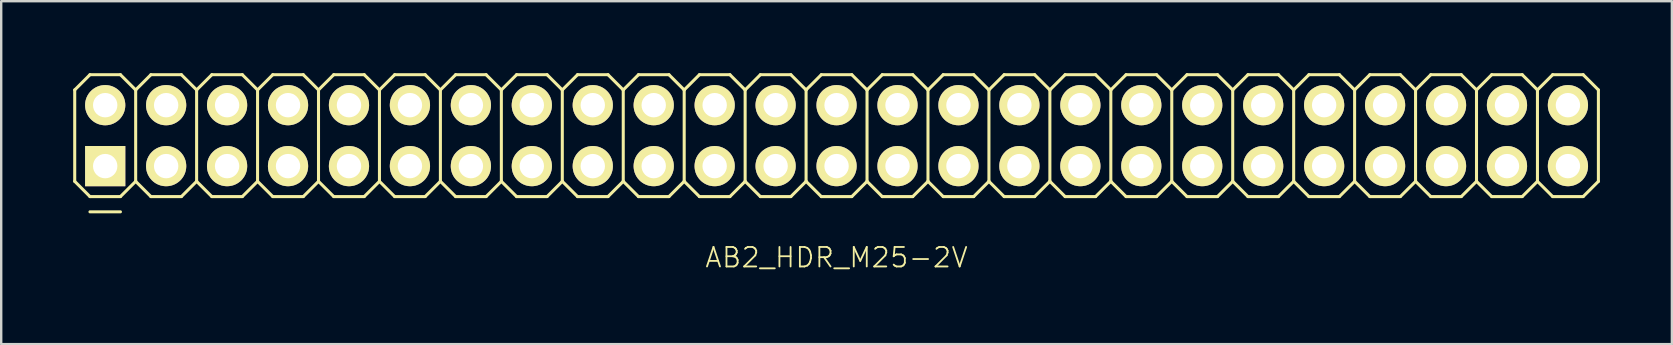
<source format=kicad_pcb>
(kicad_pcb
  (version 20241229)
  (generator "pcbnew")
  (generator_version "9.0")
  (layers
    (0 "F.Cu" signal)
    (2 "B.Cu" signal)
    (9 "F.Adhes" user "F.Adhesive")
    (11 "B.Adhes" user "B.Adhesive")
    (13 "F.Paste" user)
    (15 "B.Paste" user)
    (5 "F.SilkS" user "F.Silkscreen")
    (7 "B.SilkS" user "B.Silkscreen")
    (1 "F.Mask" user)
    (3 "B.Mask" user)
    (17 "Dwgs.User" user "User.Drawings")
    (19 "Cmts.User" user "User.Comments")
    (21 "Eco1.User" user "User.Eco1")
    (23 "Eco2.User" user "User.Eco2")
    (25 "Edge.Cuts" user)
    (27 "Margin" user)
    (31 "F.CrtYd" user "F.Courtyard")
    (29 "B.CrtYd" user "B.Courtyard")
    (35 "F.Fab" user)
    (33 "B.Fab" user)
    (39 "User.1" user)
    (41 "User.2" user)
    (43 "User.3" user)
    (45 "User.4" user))
  (footprint "AB2_HDR_M25-2V"
    (layer "F.Cu")
    (at 31.814 2.603)
    (property "Reference" "AB2_HDR_M25-2V" (at 0 5.08 0) (layer "F.SilkS") (effects (font (size 0.813 0.813) (thickness 0.076))))
    (attr through_hole)
    (fp_line (start -31.75 -1.905) (end -31.115 -2.54) (stroke (width 0.127) (type solid)) (layer "F.SilkS"))
    (fp_line (start -31.75 1.905) (end -31.75 -1.905) (stroke (width 0.127) (type solid)) (layer "F.SilkS"))
    (fp_line (start -31.115 -2.54) (end -29.845 -2.54) (stroke (width 0.127) (type solid)) (layer "F.SilkS"))
    (fp_line (start -31.115 2.54) (end -31.75 1.905) (stroke (width 0.127) (type solid)) (layer "F.SilkS"))
    (fp_line (start -31.115 3.175) (end -29.845 3.175) (stroke (width 0.127) (type solid)) (layer "F.SilkS"))
    (fp_line (start -29.845 -2.54) (end -29.21 -1.905) (stroke (width 0.127) (type solid)) (layer "F.SilkS"))
    (fp_line (start -29.845 2.54) (end -31.115 2.54) (stroke (width 0.127) (type solid)) (layer "F.SilkS"))
    (fp_line (start -29.21 -1.905) (end -29.21 1.905) (stroke (width 0.127) (type solid)) (layer "F.SilkS"))
    (fp_line (start -29.21 -1.905) (end -28.575 -2.54) (stroke (width 0.127) (type solid)) (layer "F.SilkS"))
    (fp_line (start -29.21 1.905) (end -29.845 2.54) (stroke (width 0.127) (type solid)) (layer "F.SilkS"))
    (fp_line (start -28.575 -2.54) (end -27.305 -2.54) (stroke (width 0.127) (type solid)) (layer "F.SilkS"))
    (fp_line (start -28.575 2.54) (end -29.21 1.905) (stroke (width 0.127) (type solid)) (layer "F.SilkS"))
    (fp_line (start -27.305 -2.54) (end -26.67 -1.905) (stroke (width 0.127) (type solid)) (layer "F.SilkS"))
    (fp_line (start -27.305 2.54) (end -28.575 2.54) (stroke (width 0.127) (type solid)) (layer "F.SilkS"))
    (fp_line (start -26.67 -1.905) (end -26.67 1.905) (stroke (width 0.127) (type solid)) (layer "F.SilkS"))
    (fp_line (start -26.67 -1.905) (end -26.035 -2.54) (stroke (width 0.127) (type solid)) (layer "F.SilkS"))
    (fp_line (start -26.67 1.905) (end -27.305 2.54) (stroke (width 0.127) (type solid)) (layer "F.SilkS"))
    (fp_line (start -26.035 -2.54) (end -24.765 -2.54) (stroke (width 0.127) (type solid)) (layer "F.SilkS"))
    (fp_line (start -26.035 2.54) (end -26.67 1.905) (stroke (width 0.127) (type solid)) (layer "F.SilkS"))
    (fp_line (start -24.765 -2.54) (end -24.13 -1.905) (stroke (width 0.127) (type solid)) (layer "F.SilkS"))
    (fp_line (start -24.765 2.54) (end -26.035 2.54) (stroke (width 0.127) (type solid)) (layer "F.SilkS"))
    (fp_line (start -24.13 -1.905) (end -24.13 1.905) (stroke (width 0.127) (type solid)) (layer "F.SilkS"))
    (fp_line (start -24.13 -1.905) (end -23.495 -2.54) (stroke (width 0.127) (type solid)) (layer "F.SilkS"))
    (fp_line (start -24.13 1.905) (end -24.765 2.54) (stroke (width 0.127) (type solid)) (layer "F.SilkS"))
    (fp_line (start -23.495 -2.54) (end -22.225 -2.54) (stroke (width 0.127) (type solid)) (layer "F.SilkS"))
    (fp_line (start -23.495 2.54) (end -24.13 1.905) (stroke (width 0.127) (type solid)) (layer "F.SilkS"))
    (fp_line (start -22.225 -2.54) (end -21.59 -1.905) (stroke (width 0.127) (type solid)) (layer "F.SilkS"))
    (fp_line (start -22.225 2.54) (end -23.495 2.54) (stroke (width 0.127) (type solid)) (layer "F.SilkS"))
    (fp_line (start -21.59 -1.905) (end -21.59 1.905) (stroke (width 0.127) (type solid)) (layer "F.SilkS"))
    (fp_line (start -21.59 -1.905) (end -20.955 -2.54) (stroke (width 0.127) (type solid)) (layer "F.SilkS"))
    (fp_line (start -21.59 1.905) (end -22.225 2.54) (stroke (width 0.127) (type solid)) (layer "F.SilkS"))
    (fp_line (start -20.955 -2.54) (end -19.685 -2.54) (stroke (width 0.127) (type solid)) (layer "F.SilkS"))
    (fp_line (start -20.955 2.54) (end -21.59 1.905) (stroke (width 0.127) (type solid)) (layer "F.SilkS"))
    (fp_line (start -19.685 -2.54) (end -19.05 -1.905) (stroke (width 0.127) (type solid)) (layer "F.SilkS"))
    (fp_line (start -19.685 2.54) (end -20.955 2.54) (stroke (width 0.127) (type solid)) (layer "F.SilkS"))
    (fp_line (start -19.05 -1.905) (end -19.05 1.905) (stroke (width 0.127) (type solid)) (layer "F.SilkS"))
    (fp_line (start -19.05 -1.905) (end -18.415 -2.54) (stroke (width 0.127) (type solid)) (layer "F.SilkS"))
    (fp_line (start -19.05 1.905) (end -19.685 2.54) (stroke (width 0.127) (type solid)) (layer "F.SilkS"))
    (fp_line (start -18.415 -2.54) (end -17.145 -2.54) (stroke (width 0.127) (type solid)) (layer "F.SilkS"))
    (fp_line (start -18.415 2.54) (end -19.05 1.905) (stroke (width 0.127) (type solid)) (layer "F.SilkS"))
    (fp_line (start -17.145 -2.54) (end -16.51 -1.905) (stroke (width 0.127) (type solid)) (layer "F.SilkS"))
    (fp_line (start -17.145 2.54) (end -18.415 2.54) (stroke (width 0.127) (type solid)) (layer "F.SilkS"))
    (fp_line (start -16.51 -1.905) (end -16.51 1.905) (stroke (width 0.127) (type solid)) (layer "F.SilkS"))
    (fp_line (start -16.51 -1.905) (end -15.875 -2.54) (stroke (width 0.127) (type solid)) (layer "F.SilkS"))
    (fp_line (start -16.51 1.905) (end -17.145 2.54) (stroke (width 0.127) (type solid)) (layer "F.SilkS"))
    (fp_line (start -15.875 -2.54) (end -14.605 -2.54) (stroke (width 0.127) (type solid)) (layer "F.SilkS"))
    (fp_line (start -15.875 2.54) (end -16.51 1.905) (stroke (width 0.127) (type solid)) (layer "F.SilkS"))
    (fp_line (start -14.605 -2.54) (end -13.97 -1.905) (stroke (width 0.127) (type solid)) (layer "F.SilkS"))
    (fp_line (start -14.605 2.54) (end -15.875 2.54) (stroke (width 0.127) (type solid)) (layer "F.SilkS"))
    (fp_line (start -13.97 -1.905) (end -13.97 1.905) (stroke (width 0.127) (type solid)) (layer "F.SilkS"))
    (fp_line (start -13.97 -1.905) (end -13.335 -2.54) (stroke (width 0.127) (type solid)) (layer "F.SilkS"))
    (fp_line (start -13.97 1.905) (end -14.605 2.54) (stroke (width 0.127) (type solid)) (layer "F.SilkS"))
    (fp_line (start -13.335 -2.54) (end -12.065 -2.54) (stroke (width 0.127) (type solid)) (layer "F.SilkS"))
    (fp_line (start -13.335 2.54) (end -13.97 1.905) (stroke (width 0.127) (type solid)) (layer "F.SilkS"))
    (fp_line (start -12.065 -2.54) (end -11.43 -1.905) (stroke (width 0.127) (type solid)) (layer "F.SilkS"))
    (fp_line (start -12.065 2.54) (end -13.335 2.54) (stroke (width 0.127) (type solid)) (layer "F.SilkS"))
    (fp_line (start -11.43 -1.905) (end -11.43 1.905) (stroke (width 0.127) (type solid)) (layer "F.SilkS"))
    (fp_line (start -11.43 -1.905) (end -10.795 -2.54) (stroke (width 0.127) (type solid)) (layer "F.SilkS"))
    (fp_line (start -11.43 1.905) (end -12.065 2.54) (stroke (width 0.127) (type solid)) (layer "F.SilkS"))
    (fp_line (start -10.795 -2.54) (end -9.525 -2.54) (stroke (width 0.127) (type solid)) (layer "F.SilkS"))
    (fp_line (start -10.795 2.54) (end -11.43 1.905) (stroke (width 0.127) (type solid)) (layer "F.SilkS"))
    (fp_line (start -9.525 -2.54) (end -8.89 -1.905) (stroke (width 0.127) (type solid)) (layer "F.SilkS"))
    (fp_line (start -9.525 2.54) (end -10.795 2.54) (stroke (width 0.127) (type solid)) (layer "F.SilkS"))
    (fp_line (start -8.89 -1.905) (end -8.89 1.905) (stroke (width 0.127) (type solid)) (layer "F.SilkS"))
    (fp_line (start -8.89 -1.905) (end -8.255 -2.54) (stroke (width 0.127) (type solid)) (layer "F.SilkS"))
    (fp_line (start -8.89 1.905) (end -9.525 2.54) (stroke (width 0.127) (type solid)) (layer "F.SilkS"))
    (fp_line (start -8.255 -2.54) (end -6.985 -2.54) (stroke (width 0.127) (type solid)) (layer "F.SilkS"))
    (fp_line (start -8.255 2.54) (end -8.89 1.905) (stroke (width 0.127) (type solid)) (layer "F.SilkS"))
    (fp_line (start -6.985 -2.54) (end -6.35 -1.905) (stroke (width 0.127) (type solid)) (layer "F.SilkS"))
    (fp_line (start -6.985 2.54) (end -8.255 2.54) (stroke (width 0.127) (type solid)) (layer "F.SilkS"))
    (fp_line (start -6.35 -1.905) (end -6.35 1.905) (stroke (width 0.127) (type solid)) (layer "F.SilkS"))
    (fp_line (start -6.35 -1.905) (end -5.715 -2.54) (stroke (width 0.127) (type solid)) (layer "F.SilkS"))
    (fp_line (start -6.35 1.905) (end -6.985 2.54) (stroke (width 0.127) (type solid)) (layer "F.SilkS"))
    (fp_line (start -5.715 -2.54) (end -4.445 -2.54) (stroke (width 0.127) (type solid)) (layer "F.SilkS"))
    (fp_line (start -5.715 2.54) (end -6.35 1.905) (stroke (width 0.127) (type solid)) (layer "F.SilkS"))
    (fp_line (start -4.445 -2.54) (end -3.81 -1.905) (stroke (width 0.127) (type solid)) (layer "F.SilkS"))
    (fp_line (start -4.445 2.54) (end -5.715 2.54) (stroke (width 0.127) (type solid)) (layer "F.SilkS"))
    (fp_line (start -3.81 -1.905) (end -3.81 1.905) (stroke (width 0.127) (type solid)) (layer "F.SilkS"))
    (fp_line (start -3.81 -1.905) (end -3.175 -2.54) (stroke (width 0.127) (type solid)) (layer "F.SilkS"))
    (fp_line (start -3.81 1.905) (end -4.445 2.54) (stroke (width 0.127) (type solid)) (layer "F.SilkS"))
    (fp_line (start -3.175 -2.54) (end -1.905 -2.54) (stroke (width 0.127) (type solid)) (layer "F.SilkS"))
    (fp_line (start -3.175 2.54) (end -3.81 1.905) (stroke (width 0.127) (type solid)) (layer "F.SilkS"))
    (fp_line (start -1.905 -2.54) (end -1.27 -1.905) (stroke (width 0.127) (type solid)) (layer "F.SilkS"))
    (fp_line (start -1.905 2.54) (end -3.175 2.54) (stroke (width 0.127) (type solid)) (layer "F.SilkS"))
    (fp_line (start -1.27 -1.905) (end -1.27 1.905) (stroke (width 0.127) (type solid)) (layer "F.SilkS"))
    (fp_line (start -1.27 -1.905) (end -0.635 -2.54) (stroke (width 0.127) (type solid)) (layer "F.SilkS"))
    (fp_line (start -1.27 1.905) (end -1.905 2.54) (stroke (width 0.127) (type solid)) (layer "F.SilkS"))
    (fp_line (start -0.635 -2.54) (end 0.635 -2.54) (stroke (width 0.127) (type solid)) (layer "F.SilkS"))
    (fp_line (start -0.635 2.54) (end -1.27 1.905) (stroke (width 0.127) (type solid)) (layer "F.SilkS"))
    (fp_line (start 0.635 -2.54) (end 1.27 -1.905) (stroke (width 0.127) (type solid)) (layer "F.SilkS"))
    (fp_line (start 0.635 2.54) (end -0.635 2.54) (stroke (width 0.127) (type solid)) (layer "F.SilkS"))
    (fp_line (start 1.27 -1.905) (end 1.27 1.905) (stroke (width 0.127) (type solid)) (layer "F.SilkS"))
    (fp_line (start 1.27 -1.905) (end 1.905 -2.54) (stroke (width 0.127) (type solid)) (layer "F.SilkS"))
    (fp_line (start 1.27 1.905) (end 0.635 2.54) (stroke (width 0.127) (type solid)) (layer "F.SilkS"))
    (fp_line (start 1.905 -2.54) (end 3.175 -2.54) (stroke (width 0.127) (type solid)) (layer "F.SilkS"))
    (fp_line (start 1.905 2.54) (end 1.27 1.905) (stroke (width 0.127) (type solid)) (layer "F.SilkS"))
    (fp_line (start 3.175 -2.54) (end 3.81 -1.905) (stroke (width 0.127) (type solid)) (layer "F.SilkS"))
    (fp_line (start 3.175 2.54) (end 1.905 2.54) (stroke (width 0.127) (type solid)) (layer "F.SilkS"))
    (fp_line (start 3.81 -1.905) (end 3.81 1.905) (stroke (width 0.127) (type solid)) (layer "F.SilkS"))
    (fp_line (start 3.81 -1.905) (end 4.445 -2.54) (stroke (width 0.127) (type solid)) (layer "F.SilkS"))
    (fp_line (start 3.81 1.905) (end 3.175 2.54) (stroke (width 0.127) (type solid)) (layer "F.SilkS"))
    (fp_line (start 4.445 -2.54) (end 5.715 -2.54) (stroke (width 0.127) (type solid)) (layer "F.SilkS"))
    (fp_line (start 4.445 2.54) (end 3.81 1.905) (stroke (width 0.127) (type solid)) (layer "F.SilkS"))
    (fp_line (start 5.715 -2.54) (end 6.35 -1.905) (stroke (width 0.127) (type solid)) (layer "F.SilkS"))
    (fp_line (start 5.715 2.54) (end 4.445 2.54) (stroke (width 0.127) (type solid)) (layer "F.SilkS"))
    (fp_line (start 6.35 -1.905) (end 6.35 1.905) (stroke (width 0.127) (type solid)) (layer "F.SilkS"))
    (fp_line (start 6.35 -1.905) (end 6.985 -2.54) (stroke (width 0.127) (type solid)) (layer "F.SilkS"))
    (fp_line (start 6.35 1.905) (end 5.715 2.54) (stroke (width 0.127) (type solid)) (layer "F.SilkS"))
    (fp_line (start 6.985 -2.54) (end 8.255 -2.54) (stroke (width 0.127) (type solid)) (layer "F.SilkS"))
    (fp_line (start 6.985 2.54) (end 6.35 1.905) (stroke (width 0.127) (type solid)) (layer "F.SilkS"))
    (fp_line (start 8.255 -2.54) (end 8.89 -1.905) (stroke (width 0.127) (type solid)) (layer "F.SilkS"))
    (fp_line (start 8.255 2.54) (end 6.985 2.54) (stroke (width 0.127) (type solid)) (layer "F.SilkS"))
    (fp_line (start 8.89 -1.905) (end 8.89 1.905) (stroke (width 0.127) (type solid)) (layer "F.SilkS"))
    (fp_line (start 8.89 -1.905) (end 9.525 -2.54) (stroke (width 0.127) (type solid)) (layer "F.SilkS"))
    (fp_line (start 8.89 1.905) (end 8.255 2.54) (stroke (width 0.127) (type solid)) (layer "F.SilkS"))
    (fp_line (start 9.525 -2.54) (end 10.795 -2.54) (stroke (width 0.127) (type solid)) (layer "F.SilkS"))
    (fp_line (start 9.525 2.54) (end 8.89 1.905) (stroke (width 0.127) (type solid)) (layer "F.SilkS"))
    (fp_line (start 10.795 -2.54) (end 11.43 -1.905) (stroke (width 0.127) (type solid)) (layer "F.SilkS"))
    (fp_line (start 10.795 2.54) (end 9.525 2.54) (stroke (width 0.127) (type solid)) (layer "F.SilkS"))
    (fp_line (start 11.43 -1.905) (end 11.43 1.905) (stroke (width 0.127) (type solid)) (layer "F.SilkS"))
    (fp_line (start 11.43 -1.905) (end 12.065 -2.54) (stroke (width 0.127) (type solid)) (layer "F.SilkS"))
    (fp_line (start 11.43 1.905) (end 10.795 2.54) (stroke (width 0.127) (type solid)) (layer "F.SilkS"))
    (fp_line (start 12.065 -2.54) (end 13.335 -2.54) (stroke (width 0.127) (type solid)) (layer "F.SilkS"))
    (fp_line (start 12.065 2.54) (end 11.43 1.905) (stroke (width 0.127) (type solid)) (layer "F.SilkS"))
    (fp_line (start 13.335 -2.54) (end 13.97 -1.905) (stroke (width 0.127) (type solid)) (layer "F.SilkS"))
    (fp_line (start 13.335 2.54) (end 12.065 2.54) (stroke (width 0.127) (type solid)) (layer "F.SilkS"))
    (fp_line (start 13.97 -1.905) (end 13.97 1.905) (stroke (width 0.127) (type solid)) (layer "F.SilkS"))
    (fp_line (start 13.97 -1.905) (end 14.605 -2.54) (stroke (width 0.127) (type solid)) (layer "F.SilkS"))
    (fp_line (start 13.97 1.905) (end 13.335 2.54) (stroke (width 0.127) (type solid)) (layer "F.SilkS"))
    (fp_line (start 14.605 -2.54) (end 15.875 -2.54) (stroke (width 0.127) (type solid)) (layer "F.SilkS"))
    (fp_line (start 14.605 2.54) (end 13.97 1.905) (stroke (width 0.127) (type solid)) (layer "F.SilkS"))
    (fp_line (start 15.875 -2.54) (end 16.51 -1.905) (stroke (width 0.127) (type solid)) (layer "F.SilkS"))
    (fp_line (start 15.875 2.54) (end 14.605 2.54) (stroke (width 0.127) (type solid)) (layer "F.SilkS"))
    (fp_line (start 16.51 -1.905) (end 16.51 1.905) (stroke (width 0.127) (type solid)) (layer "F.SilkS"))
    (fp_line (start 16.51 -1.905) (end 17.145 -2.54) (stroke (width 0.127) (type solid)) (layer "F.SilkS"))
    (fp_line (start 16.51 1.905) (end 15.875 2.54) (stroke (width 0.127) (type solid)) (layer "F.SilkS"))
    (fp_line (start 17.145 -2.54) (end 18.415 -2.54) (stroke (width 0.127) (type solid)) (layer "F.SilkS"))
    (fp_line (start 17.145 2.54) (end 16.51 1.905) (stroke (width 0.127) (type solid)) (layer "F.SilkS"))
    (fp_line (start 18.415 -2.54) (end 19.05 -1.905) (stroke (width 0.127) (type solid)) (layer "F.SilkS"))
    (fp_line (start 18.415 2.54) (end 17.145 2.54) (stroke (width 0.127) (type solid)) (layer "F.SilkS"))
    (fp_line (start 19.05 -1.905) (end 19.05 1.905) (stroke (width 0.127) (type solid)) (layer "F.SilkS"))
    (fp_line (start 19.05 -1.905) (end 19.685 -2.54) (stroke (width 0.127) (type solid)) (layer "F.SilkS"))
    (fp_line (start 19.05 1.905) (end 18.415 2.54) (stroke (width 0.127) (type solid)) (layer "F.SilkS"))
    (fp_line (start 19.685 -2.54) (end 20.955 -2.54) (stroke (width 0.127) (type solid)) (layer "F.SilkS"))
    (fp_line (start 19.685 2.54) (end 19.05 1.905) (stroke (width 0.127) (type solid)) (layer "F.SilkS"))
    (fp_line (start 20.955 -2.54) (end 21.59 -1.905) (stroke (width 0.127) (type solid)) (layer "F.SilkS"))
    (fp_line (start 20.955 2.54) (end 19.685 2.54) (stroke (width 0.127) (type solid)) (layer "F.SilkS"))
    (fp_line (start 21.59 -1.905) (end 21.59 1.905) (stroke (width 0.127) (type solid)) (layer "F.SilkS"))
    (fp_line (start 21.59 -1.905) (end 22.225 -2.54) (stroke (width 0.127) (type solid)) (layer "F.SilkS"))
    (fp_line (start 21.59 1.905) (end 20.955 2.54) (stroke (width 0.127) (type solid)) (layer "F.SilkS"))
    (fp_line (start 22.225 -2.54) (end 23.495 -2.54) (stroke (width 0.127) (type solid)) (layer "F.SilkS"))
    (fp_line (start 22.225 2.54) (end 21.59 1.905) (stroke (width 0.127) (type solid)) (layer "F.SilkS"))
    (fp_line (start 23.495 -2.54) (end 24.13 -1.905) (stroke (width 0.127) (type solid)) (layer "F.SilkS"))
    (fp_line (start 23.495 2.54) (end 22.225 2.54) (stroke (width 0.127) (type solid)) (layer "F.SilkS"))
    (fp_line (start 24.13 -1.905) (end 24.13 1.905) (stroke (width 0.127) (type solid)) (layer "F.SilkS"))
    (fp_line (start 24.13 -1.905) (end 24.765 -2.54) (stroke (width 0.127) (type solid)) (layer "F.SilkS"))
    (fp_line (start 24.13 1.905) (end 23.495 2.54) (stroke (width 0.127) (type solid)) (layer "F.SilkS"))
    (fp_line (start 24.765 -2.54) (end 26.035 -2.54) (stroke (width 0.127) (type solid)) (layer "F.SilkS"))
    (fp_line (start 24.765 2.54) (end 24.13 1.905) (stroke (width 0.127) (type solid)) (layer "F.SilkS"))
    (fp_line (start 26.035 -2.54) (end 26.67 -1.905) (stroke (width 0.127) (type solid)) (layer "F.SilkS"))
    (fp_line (start 26.035 2.54) (end 24.765 2.54) (stroke (width 0.127) (type solid)) (layer "F.SilkS"))
    (fp_line (start 26.67 -1.905) (end 26.67 1.905) (stroke (width 0.127) (type solid)) (layer "F.SilkS"))
    (fp_line (start 26.67 -1.905) (end 27.305 -2.54) (stroke (width 0.127) (type solid)) (layer "F.SilkS"))
    (fp_line (start 26.67 1.905) (end 26.035 2.54) (stroke (width 0.127) (type solid)) (layer "F.SilkS"))
    (fp_line (start 27.305 -2.54) (end 28.575 -2.54) (stroke (width 0.127) (type solid)) (layer "F.SilkS"))
    (fp_line (start 27.305 2.54) (end 26.67 1.905) (stroke (width 0.127) (type solid)) (layer "F.SilkS"))
    (fp_line (start 28.575 -2.54) (end 29.21 -1.905) (stroke (width 0.127) (type solid)) (layer "F.SilkS"))
    (fp_line (start 28.575 2.54) (end 27.305 2.54) (stroke (width 0.127) (type solid)) (layer "F.SilkS"))
    (fp_line (start 29.21 -1.905) (end 29.21 1.905) (stroke (width 0.127) (type solid)) (layer "F.SilkS"))
    (fp_line (start 29.21 -1.905) (end 29.845 -2.54) (stroke (width 0.127) (type solid)) (layer "F.SilkS"))
    (fp_line (start 29.21 1.905) (end 28.575 2.54) (stroke (width 0.127) (type solid)) (layer "F.SilkS"))
    (fp_line (start 29.845 -2.54) (end 31.115 -2.54) (stroke (width 0.127) (type solid)) (layer "F.SilkS"))
    (fp_line (start 29.845 2.54) (end 29.21 1.905) (stroke (width 0.127) (type solid)) (layer "F.SilkS"))
    (fp_line (start 31.115 -2.54) (end 31.75 -1.905) (stroke (width 0.127) (type solid)) (layer "F.SilkS"))
    (fp_line (start 31.115 2.54) (end 29.845 2.54) (stroke (width 0.127) (type solid)) (layer "F.SilkS"))
    (fp_line (start 31.75 -1.905) (end 31.75 1.905) (stroke (width 0.127) (type solid)) (layer "F.SilkS"))
    (fp_line (start 31.75 1.905) (end 31.115 2.54) (stroke (width 0.127) (type solid)) (layer "F.SilkS"))
    (pad "1" thru_hole rect (at -30.48 1.27) (size 1.676 1.676) (drill 1.016) (layers "*.Cu" "*.Mask" "F.SilkS"))
    (pad "2" thru_hole circle (at -30.48 -1.27) (size 1.676 1.676) (drill 1.016) (layers "*.Cu" "*.Mask" "F.SilkS"))
    (pad "3" thru_hole circle (at -27.94 1.27) (size 1.676 1.676) (drill 1.016) (layers "*.Cu" "*.Mask" "F.SilkS"))
    (pad "4" thru_hole circle (at -27.94 -1.27) (size 1.676 1.676) (drill 1.016) (layers "*.Cu" "*.Mask" "F.SilkS"))
    (pad "5" thru_hole circle (at -25.4 1.27) (size 1.676 1.676) (drill 1.016) (layers "*.Cu" "*.Mask" "F.SilkS"))
    (pad "6" thru_hole circle (at -25.4 -1.27) (size 1.676 1.676) (drill 1.016) (layers "*.Cu" "*.Mask" "F.SilkS"))
    (pad "7" thru_hole circle (at -22.86 1.27) (size 1.676 1.676) (drill 1.016) (layers "*.Cu" "*.Mask" "F.SilkS"))
    (pad "8" thru_hole circle (at -22.86 -1.27) (size 1.676 1.676) (drill 1.016) (layers "*.Cu" "*.Mask" "F.SilkS"))
    (pad "9" thru_hole circle (at -20.32 1.27) (size 1.676 1.676) (drill 1.016) (layers "*.Cu" "*.Mask" "F.SilkS"))
    (pad "10" thru_hole circle (at -20.32 -1.27) (size 1.676 1.676) (drill 1.016) (layers "*.Cu" "*.Mask" "F.SilkS"))
    (pad "11" thru_hole circle (at -17.78 1.27) (size 1.676 1.676) (drill 1.016) (layers "*.Cu" "*.Mask" "F.SilkS"))
    (pad "12" thru_hole circle (at -17.78 -1.27) (size 1.676 1.676) (drill 1.016) (layers "*.Cu" "*.Mask" "F.SilkS"))
    (pad "13" thru_hole circle (at -15.24 1.27) (size 1.676 1.676) (drill 1.016) (layers "*.Cu" "*.Mask" "F.SilkS"))
    (pad "14" thru_hole circle (at -15.24 -1.27) (size 1.676 1.676) (drill 1.016) (layers "*.Cu" "*.Mask" "F.SilkS"))
    (pad "15" thru_hole circle (at -12.7 1.27) (size 1.676 1.676) (drill 1.016) (layers "*.Cu" "*.Mask" "F.SilkS"))
    (pad "16" thru_hole circle (at -12.7 -1.27) (size 1.676 1.676) (drill 1.016) (layers "*.Cu" "*.Mask" "F.SilkS"))
    (pad "17" thru_hole circle (at -10.16 1.27) (size 1.676 1.676) (drill 1.016) (layers "*.Cu" "*.Mask" "F.SilkS"))
    (pad "18" thru_hole circle (at -10.16 -1.27) (size 1.676 1.676) (drill 1.016) (layers "*.Cu" "*.Mask" "F.SilkS"))
    (pad "19" thru_hole circle (at -7.62 1.27) (size 1.676 1.676) (drill 1.016) (layers "*.Cu" "*.Mask" "F.SilkS"))
    (pad "20" thru_hole circle (at -7.62 -1.27) (size 1.676 1.676) (drill 1.016) (layers "*.Cu" "*.Mask" "F.SilkS"))
    (pad "21" thru_hole circle (at -5.08 1.27) (size 1.676 1.676) (drill 1.016) (layers "*.Cu" "*.Mask" "F.SilkS"))
    (pad "22" thru_hole circle (at -5.08 -1.27) (size 1.676 1.676) (drill 1.016) (layers "*.Cu" "*.Mask" "F.SilkS"))
    (pad "23" thru_hole circle (at -2.54 1.27) (size 1.676 1.676) (drill 1.016) (layers "*.Cu" "*.Mask" "F.SilkS"))
    (pad "24" thru_hole circle (at -2.54 -1.27) (size 1.676 1.676) (drill 1.016) (layers "*.Cu" "*.Mask" "F.SilkS"))
    (pad "25" thru_hole circle (at 0 1.27) (size 1.676 1.676) (drill 1.016) (layers "*.Cu" "*.Mask" "F.SilkS"))
    (pad "26" thru_hole circle (at 0 -1.27) (size 1.676 1.676) (drill 1.016) (layers "*.Cu" "*.Mask" "F.SilkS"))
    (pad "27" thru_hole circle (at 2.54 1.27) (size 1.676 1.676) (drill 1.016) (layers "*.Cu" "*.Mask" "F.SilkS"))
    (pad "28" thru_hole circle (at 2.54 -1.27) (size 1.676 1.676) (drill 1.016) (layers "*.Cu" "*.Mask" "F.SilkS"))
    (pad "29" thru_hole circle (at 5.08 1.27) (size 1.676 1.676) (drill 1.016) (layers "*.Cu" "*.Mask" "F.SilkS"))
    (pad "30" thru_hole circle (at 5.08 -1.27) (size 1.676 1.676) (drill 1.016) (layers "*.Cu" "*.Mask" "F.SilkS"))
    (pad "31" thru_hole circle (at 7.62 1.27) (size 1.676 1.676) (drill 1.016) (layers "*.Cu" "*.Mask" "F.SilkS"))
    (pad "32" thru_hole circle (at 7.62 -1.27) (size 1.676 1.676) (drill 1.016) (layers "*.Cu" "*.Mask" "F.SilkS"))
    (pad "33" thru_hole circle (at 10.16 1.27) (size 1.676 1.676) (drill 1.016) (layers "*.Cu" "*.Mask" "F.SilkS"))
    (pad "34" thru_hole circle (at 10.16 -1.27) (size 1.676 1.676) (drill 1.016) (layers "*.Cu" "*.Mask" "F.SilkS"))
    (pad "35" thru_hole circle (at 12.7 1.27) (size 1.676 1.676) (drill 1.016) (layers "*.Cu" "*.Mask" "F.SilkS"))
    (pad "36" thru_hole circle (at 12.7 -1.27) (size 1.676 1.676) (drill 1.016) (layers "*.Cu" "*.Mask" "F.SilkS"))
    (pad "37" thru_hole circle (at 15.24 1.27) (size 1.676 1.676) (drill 1.016) (layers "*.Cu" "*.Mask" "F.SilkS"))
    (pad "38" thru_hole circle (at 15.24 -1.27) (size 1.676 1.676) (drill 1.016) (layers "*.Cu" "*.Mask" "F.SilkS"))
    (pad "39" thru_hole circle (at 17.78 1.27) (size 1.676 1.676) (drill 1.016) (layers "*.Cu" "*.Mask" "F.SilkS"))
    (pad "40" thru_hole circle (at 17.78 -1.27) (size 1.676 1.676) (drill 1.016) (layers "*.Cu" "*.Mask" "F.SilkS"))
    (pad "41" thru_hole circle (at 20.32 1.27) (size 1.676 1.676) (drill 1.016) (layers "*.Cu" "*.Mask" "F.SilkS"))
    (pad "42" thru_hole circle (at 20.32 -1.27) (size 1.676 1.676) (drill 1.016) (layers "*.Cu" "*.Mask" "F.SilkS"))
    (pad "43" thru_hole circle (at 22.86 1.27) (size 1.676 1.676) (drill 1.016) (layers "*.Cu" "*.Mask" "F.SilkS"))
    (pad "44" thru_hole circle (at 22.86 -1.27) (size 1.676 1.676) (drill 1.016) (layers "*.Cu" "*.Mask" "F.SilkS"))
    (pad "45" thru_hole circle (at 25.4 1.27) (size 1.676 1.676) (drill 1.016) (layers "*.Cu" "*.Mask" "F.SilkS"))
    (pad "46" thru_hole circle (at 25.4 -1.27) (size 1.676 1.676) (drill 1.016) (layers "*.Cu" "*.Mask" "F.SilkS"))
    (pad "47" thru_hole circle (at 27.94 1.27) (size 1.676 1.676) (drill 1.016) (layers "*.Cu" "*.Mask" "F.SilkS"))
    (pad "48" thru_hole circle (at 27.94 -1.27) (size 1.676 1.676) (drill 1.016) (layers "*.Cu" "*.Mask" "F.SilkS"))
    (pad "49" thru_hole circle (at 30.48 1.27) (size 1.676 1.676) (drill 1.016) (layers "*.Cu" "*.Mask" "F.SilkS"))
    (pad "50" thru_hole circle (at 30.48 -1.27) (size 1.676 1.676) (drill 1.016) (layers "*.Cu" "*.Mask" "F.SilkS")))
  (gr_rect
    (start -3 -3)
    (end 66.627 11.293)
    (stroke (width 0.1) (type default))
    (fill no)
    (layer "Edge.Cuts")))
</source>
